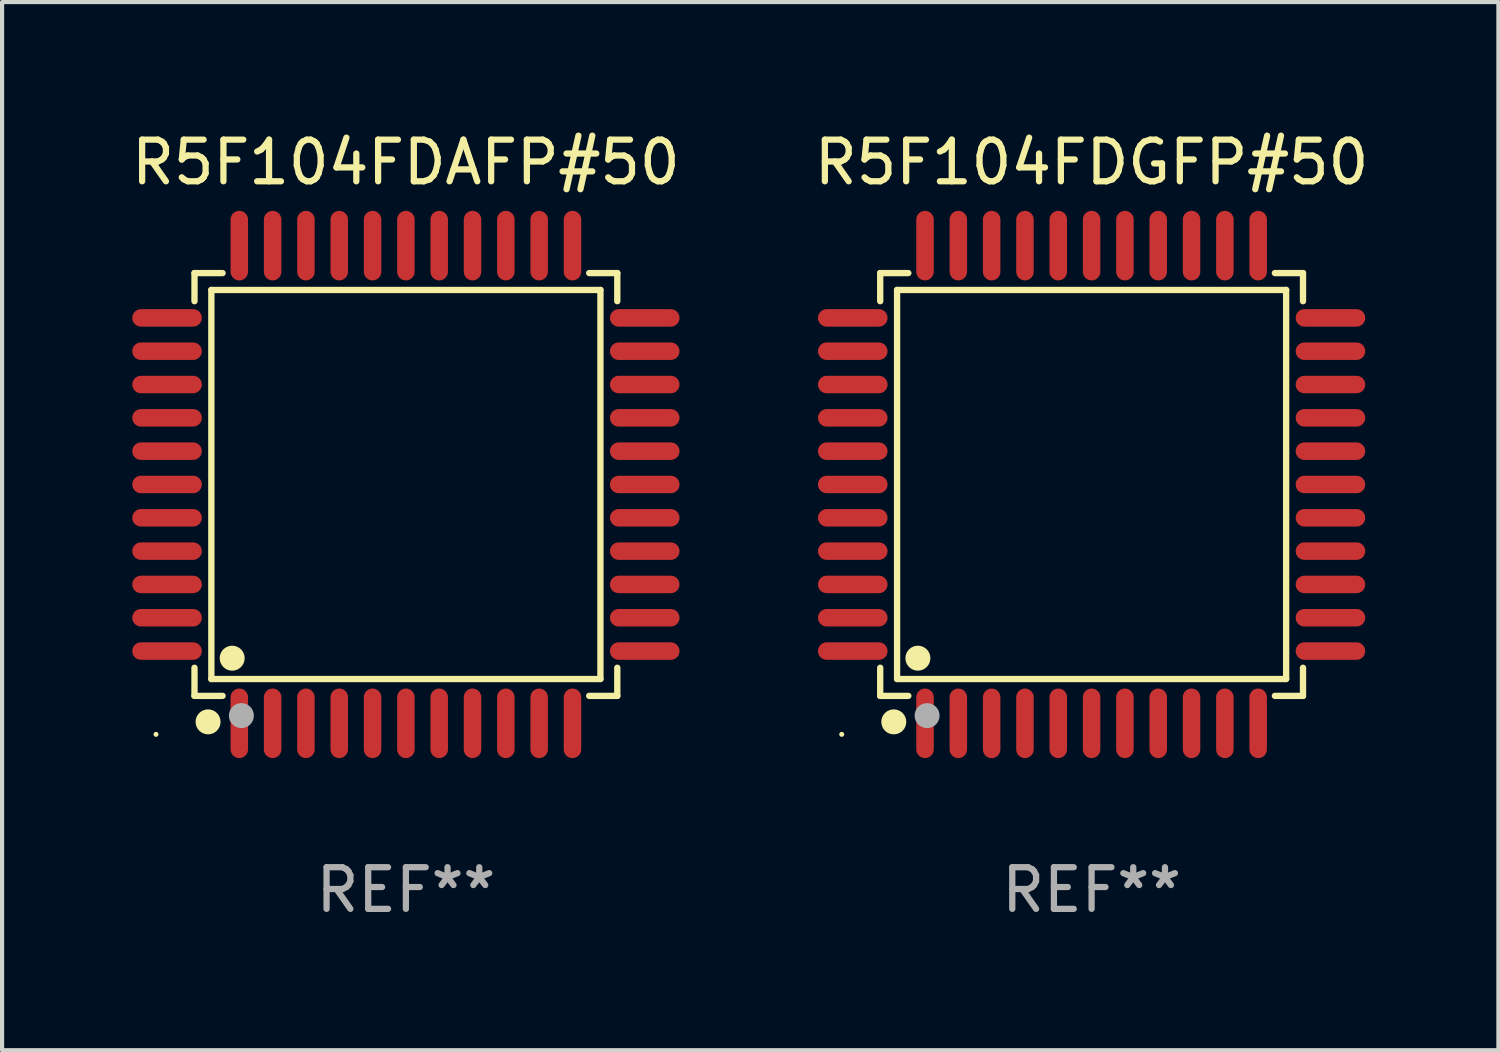
<source format=kicad_pcb>
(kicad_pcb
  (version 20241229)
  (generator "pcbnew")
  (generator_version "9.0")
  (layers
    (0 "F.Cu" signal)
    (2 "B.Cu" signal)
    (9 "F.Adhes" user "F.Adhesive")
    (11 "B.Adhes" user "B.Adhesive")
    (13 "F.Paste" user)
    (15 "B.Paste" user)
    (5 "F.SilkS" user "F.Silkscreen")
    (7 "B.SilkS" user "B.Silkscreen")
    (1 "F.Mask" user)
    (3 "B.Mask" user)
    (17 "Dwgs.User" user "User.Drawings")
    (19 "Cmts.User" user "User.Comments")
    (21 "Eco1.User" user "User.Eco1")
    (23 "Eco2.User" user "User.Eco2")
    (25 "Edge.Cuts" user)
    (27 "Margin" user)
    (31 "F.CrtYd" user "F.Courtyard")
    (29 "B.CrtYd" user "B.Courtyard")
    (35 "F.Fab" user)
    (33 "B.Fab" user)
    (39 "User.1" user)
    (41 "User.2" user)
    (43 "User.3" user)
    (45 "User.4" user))
  (footprint "R5F104FDGFP#50"
    (layer "F.Cu")
    (at 23.161 8.583)
    (property "Reference" "R5F104FDGFP#50" (at 0 -7.735 0) (layer "F.SilkS") (effects (font (size 1 1) (thickness 0.15))))
    (attr through_hole)
    (fp_line (start -5.076 -5.076) (end -4.401 -5.076) (stroke (width 0.152) (type solid)) (layer "F.SilkS"))
    (fp_line (start -5.076 -4.401) (end -5.076 -5.076) (stroke (width 0.152) (type solid)) (layer "F.SilkS"))
    (fp_line (start -5.076 4.401) (end -5.076 5.076) (stroke (width 0.152) (type solid)) (layer "F.SilkS"))
    (fp_line (start -5.076 5.076) (end -4.401 5.076) (stroke (width 0.152) (type solid)) (layer "F.SilkS"))
    (fp_line (start -4.671 -4.671) (end 4.671 -4.671) (stroke (width 0.152) (type solid)) (layer "F.SilkS"))
    (fp_line (start -4.671 4.671) (end -4.671 -4.671) (stroke (width 0.152) (type solid)) (layer "F.SilkS"))
    (fp_line (start 4.671 -4.671) (end 4.671 4.671) (stroke (width 0.152) (type solid)) (layer "F.SilkS"))
    (fp_line (start 4.671 4.671) (end -4.671 4.671) (stroke (width 0.152) (type solid)) (layer "F.SilkS"))
    (fp_line (start 5.076 -5.076) (end 4.401 -5.076) (stroke (width 0.152) (type solid)) (layer "F.SilkS"))
    (fp_line (start 5.076 -4.401) (end 5.076 -5.076) (stroke (width 0.152) (type solid)) (layer "F.SilkS"))
    (fp_line (start 5.076 4.401) (end 5.076 5.076) (stroke (width 0.152) (type solid)) (layer "F.SilkS"))
    (fp_line (start 5.076 5.076) (end 4.401 5.076) (stroke (width 0.152) (type solid)) (layer "F.SilkS"))
    (fp_circle (center -6 6) (end -5.97 6) (stroke (width 0.06) (type solid)) (fill no) (layer "F.SilkS"))
    (fp_circle (center -4.75 5.7) (end -4.6 5.7) (stroke (width 0.3) (type solid)) (fill no) (layer "F.SilkS"))
    (fp_circle (center -4.171 4.171) (end -4.021 4.171) (stroke (width 0.3) (type solid)) (fill no) (layer "F.SilkS"))
    (fp_circle (center -3.95 5.55) (end -3.8 5.55) (stroke (width 0.3) (type solid)) (fill no) (layer "F.Fab"))
    (fp_text user "REF**" (at 0 9.735 0) (layer "F.Fab") (effects (font (size 1 1) (thickness 0.15))))
    (pad "1" smd oval (at -4 5.735) (size 0.42 1.67) (layers "F.Cu" "F.Mask" "F.Paste"))
    (pad "2" smd oval (at -3.2 5.735) (size 0.42 1.67) (layers "F.Cu" "F.Mask" "F.Paste"))
    (pad "3" smd oval (at -2.4 5.735) (size 0.42 1.67) (layers "F.Cu" "F.Mask" "F.Paste"))
    (pad "4" smd oval (at -1.6 5.735) (size 0.42 1.67) (layers "F.Cu" "F.Mask" "F.Paste"))
    (pad "5" smd oval (at -0.8 5.735) (size 0.42 1.67) (layers "F.Cu" "F.Mask" "F.Paste"))
    (pad "6" smd oval (at 0 5.735) (size 0.42 1.67) (layers "F.Cu" "F.Mask" "F.Paste"))
    (pad "7" smd oval (at 0.8 5.735) (size 0.42 1.67) (layers "F.Cu" "F.Mask" "F.Paste"))
    (pad "8" smd oval (at 1.6 5.735) (size 0.42 1.67) (layers "F.Cu" "F.Mask" "F.Paste"))
    (pad "9" smd oval (at 2.4 5.735) (size 0.42 1.67) (layers "F.Cu" "F.Mask" "F.Paste"))
    (pad "10" smd oval (at 3.2 5.735) (size 0.42 1.67) (layers "F.Cu" "F.Mask" "F.Paste"))
    (pad "11" smd oval (at 4 5.735) (size 0.42 1.67) (layers "F.Cu" "F.Mask" "F.Paste"))
    (pad "12" smd oval (at 5.735 4) (size 1.67 0.42) (layers "F.Cu" "F.Mask" "F.Paste"))
    (pad "13" smd oval (at 5.735 3.2) (size 1.67 0.42) (layers "F.Cu" "F.Mask" "F.Paste"))
    (pad "14" smd oval (at 5.735 2.4) (size 1.67 0.42) (layers "F.Cu" "F.Mask" "F.Paste"))
    (pad "15" smd oval (at 5.735 1.6) (size 1.67 0.42) (layers "F.Cu" "F.Mask" "F.Paste"))
    (pad "16" smd oval (at 5.735 0.8) (size 1.67 0.42) (layers "F.Cu" "F.Mask" "F.Paste"))
    (pad "17" smd oval (at 5.735 0) (size 1.67 0.42) (layers "F.Cu" "F.Mask" "F.Paste"))
    (pad "18" smd oval (at 5.735 -0.8) (size 1.67 0.42) (layers "F.Cu" "F.Mask" "F.Paste"))
    (pad "19" smd oval (at 5.735 -1.6) (size 1.67 0.42) (layers "F.Cu" "F.Mask" "F.Paste"))
    (pad "20" smd oval (at 5.735 -2.4) (size 1.67 0.42) (layers "F.Cu" "F.Mask" "F.Paste"))
    (pad "21" smd oval (at 5.735 -3.2) (size 1.67 0.42) (layers "F.Cu" "F.Mask" "F.Paste"))
    (pad "22" smd oval (at 5.735 -4) (size 1.67 0.42) (layers "F.Cu" "F.Mask" "F.Paste"))
    (pad "23" smd oval (at 4 -5.735) (size 0.42 1.67) (layers "F.Cu" "F.Mask" "F.Paste"))
    (pad "24" smd oval (at 3.2 -5.735) (size 0.42 1.67) (layers "F.Cu" "F.Mask" "F.Paste"))
    (pad "25" smd oval (at 2.4 -5.735) (size 0.42 1.67) (layers "F.Cu" "F.Mask" "F.Paste"))
    (pad "26" smd oval (at 1.6 -5.735) (size 0.42 1.67) (layers "F.Cu" "F.Mask" "F.Paste"))
    (pad "27" smd oval (at 0.8 -5.735) (size 0.42 1.67) (layers "F.Cu" "F.Mask" "F.Paste"))
    (pad "28" smd oval (at 0 -5.735) (size 0.42 1.67) (layers "F.Cu" "F.Mask" "F.Paste"))
    (pad "29" smd oval (at -0.8 -5.735) (size 0.42 1.67) (layers "F.Cu" "F.Mask" "F.Paste"))
    (pad "30" smd oval (at -1.6 -5.735) (size 0.42 1.67) (layers "F.Cu" "F.Mask" "F.Paste"))
    (pad "31" smd oval (at -2.4 -5.735) (size 0.42 1.67) (layers "F.Cu" "F.Mask" "F.Paste"))
    (pad "32" smd oval (at -3.2 -5.735) (size 0.42 1.67) (layers "F.Cu" "F.Mask" "F.Paste"))
    (pad "33" smd oval (at -4 -5.735) (size 0.42 1.67) (layers "F.Cu" "F.Mask" "F.Paste"))
    (pad "34" smd oval (at -5.735 -4) (size 1.67 0.42) (layers "F.Cu" "F.Mask" "F.Paste"))
    (pad "35" smd oval (at -5.735 -3.2) (size 1.67 0.42) (layers "F.Cu" "F.Mask" "F.Paste"))
    (pad "36" smd oval (at -5.735 -2.4) (size 1.67 0.42) (layers "F.Cu" "F.Mask" "F.Paste"))
    (pad "37" smd oval (at -5.735 -1.6) (size 1.67 0.42) (layers "F.Cu" "F.Mask" "F.Paste"))
    (pad "38" smd oval (at -5.735 -0.8) (size 1.67 0.42) (layers "F.Cu" "F.Mask" "F.Paste"))
    (pad "39" smd oval (at -5.735 0) (size 1.67 0.42) (layers "F.Cu" "F.Mask" "F.Paste"))
    (pad "40" smd oval (at -5.735 0.8) (size 1.67 0.42) (layers "F.Cu" "F.Mask" "F.Paste"))
    (pad "41" smd oval (at -5.735 1.6) (size 1.67 0.42) (layers "F.Cu" "F.Mask" "F.Paste"))
    (pad "42" smd oval (at -5.735 2.4) (size 1.67 0.42) (layers "F.Cu" "F.Mask" "F.Paste"))
    (pad "43" smd oval (at -5.735 3.2) (size 1.67 0.42) (layers "F.Cu" "F.Mask" "F.Paste"))
    (pad "44" smd oval (at -5.735 4) (size 1.67 0.42) (layers "F.Cu" "F.Mask" "F.Paste")))
  (footprint "R5F104FDAFP#50"
    (layer "F.Cu")
    (at 6.696 8.583)
    (property "Reference" "R5F104FDAFP#50" (at 0 -7.735 0) (layer "F.SilkS") (effects (font (size 1 1) (thickness 0.15))))
    (attr through_hole)
    (fp_line (start -5.076 -5.076) (end -4.401 -5.076) (stroke (width 0.152) (type solid)) (layer "F.SilkS"))
    (fp_line (start -5.076 -4.401) (end -5.076 -5.076) (stroke (width 0.152) (type solid)) (layer "F.SilkS"))
    (fp_line (start -5.076 4.401) (end -5.076 5.076) (stroke (width 0.152) (type solid)) (layer "F.SilkS"))
    (fp_line (start -5.076 5.076) (end -4.401 5.076) (stroke (width 0.152) (type solid)) (layer "F.SilkS"))
    (fp_line (start -4.671 -4.671) (end 4.671 -4.671) (stroke (width 0.152) (type solid)) (layer "F.SilkS"))
    (fp_line (start -4.671 4.671) (end -4.671 -4.671) (stroke (width 0.152) (type solid)) (layer "F.SilkS"))
    (fp_line (start 4.671 -4.671) (end 4.671 4.671) (stroke (width 0.152) (type solid)) (layer "F.SilkS"))
    (fp_line (start 4.671 4.671) (end -4.671 4.671) (stroke (width 0.152) (type solid)) (layer "F.SilkS"))
    (fp_line (start 5.076 -5.076) (end 4.401 -5.076) (stroke (width 0.152) (type solid)) (layer "F.SilkS"))
    (fp_line (start 5.076 -4.401) (end 5.076 -5.076) (stroke (width 0.152) (type solid)) (layer "F.SilkS"))
    (fp_line (start 5.076 4.401) (end 5.076 5.076) (stroke (width 0.152) (type solid)) (layer "F.SilkS"))
    (fp_line (start 5.076 5.076) (end 4.401 5.076) (stroke (width 0.152) (type solid)) (layer "F.SilkS"))
    (fp_circle (center -6 6) (end -5.97 6) (stroke (width 0.06) (type solid)) (fill no) (layer "F.SilkS"))
    (fp_circle (center -4.75 5.7) (end -4.6 5.7) (stroke (width 0.3) (type solid)) (fill no) (layer "F.SilkS"))
    (fp_circle (center -4.171 4.171) (end -4.021 4.171) (stroke (width 0.3) (type solid)) (fill no) (layer "F.SilkS"))
    (fp_circle (center -3.95 5.55) (end -3.8 5.55) (stroke (width 0.3) (type solid)) (fill no) (layer "F.Fab"))
    (fp_text user "REF**" (at 0 9.735 0) (layer "F.Fab") (effects (font (size 1 1) (thickness 0.15))))
    (pad "1" smd oval (at -4 5.735) (size 0.42 1.67) (layers "F.Cu" "F.Mask" "F.Paste"))
    (pad "2" smd oval (at -3.2 5.735) (size 0.42 1.67) (layers "F.Cu" "F.Mask" "F.Paste"))
    (pad "3" smd oval (at -2.4 5.735) (size 0.42 1.67) (layers "F.Cu" "F.Mask" "F.Paste"))
    (pad "4" smd oval (at -1.6 5.735) (size 0.42 1.67) (layers "F.Cu" "F.Mask" "F.Paste"))
    (pad "5" smd oval (at -0.8 5.735) (size 0.42 1.67) (layers "F.Cu" "F.Mask" "F.Paste"))
    (pad "6" smd oval (at 0 5.735) (size 0.42 1.67) (layers "F.Cu" "F.Mask" "F.Paste"))
    (pad "7" smd oval (at 0.8 5.735) (size 0.42 1.67) (layers "F.Cu" "F.Mask" "F.Paste"))
    (pad "8" smd oval (at 1.6 5.735) (size 0.42 1.67) (layers "F.Cu" "F.Mask" "F.Paste"))
    (pad "9" smd oval (at 2.4 5.735) (size 0.42 1.67) (layers "F.Cu" "F.Mask" "F.Paste"))
    (pad "10" smd oval (at 3.2 5.735) (size 0.42 1.67) (layers "F.Cu" "F.Mask" "F.Paste"))
    (pad "11" smd oval (at 4 5.735) (size 0.42 1.67) (layers "F.Cu" "F.Mask" "F.Paste"))
    (pad "12" smd oval (at 5.735 4) (size 1.67 0.42) (layers "F.Cu" "F.Mask" "F.Paste"))
    (pad "13" smd oval (at 5.735 3.2) (size 1.67 0.42) (layers "F.Cu" "F.Mask" "F.Paste"))
    (pad "14" smd oval (at 5.735 2.4) (size 1.67 0.42) (layers "F.Cu" "F.Mask" "F.Paste"))
    (pad "15" smd oval (at 5.735 1.6) (size 1.67 0.42) (layers "F.Cu" "F.Mask" "F.Paste"))
    (pad "16" smd oval (at 5.735 0.8) (size 1.67 0.42) (layers "F.Cu" "F.Mask" "F.Paste"))
    (pad "17" smd oval (at 5.735 0) (size 1.67 0.42) (layers "F.Cu" "F.Mask" "F.Paste"))
    (pad "18" smd oval (at 5.735 -0.8) (size 1.67 0.42) (layers "F.Cu" "F.Mask" "F.Paste"))
    (pad "19" smd oval (at 5.735 -1.6) (size 1.67 0.42) (layers "F.Cu" "F.Mask" "F.Paste"))
    (pad "20" smd oval (at 5.735 -2.4) (size 1.67 0.42) (layers "F.Cu" "F.Mask" "F.Paste"))
    (pad "21" smd oval (at 5.735 -3.2) (size 1.67 0.42) (layers "F.Cu" "F.Mask" "F.Paste"))
    (pad "22" smd oval (at 5.735 -4) (size 1.67 0.42) (layers "F.Cu" "F.Mask" "F.Paste"))
    (pad "23" smd oval (at 4 -5.735) (size 0.42 1.67) (layers "F.Cu" "F.Mask" "F.Paste"))
    (pad "24" smd oval (at 3.2 -5.735) (size 0.42 1.67) (layers "F.Cu" "F.Mask" "F.Paste"))
    (pad "25" smd oval (at 2.4 -5.735) (size 0.42 1.67) (layers "F.Cu" "F.Mask" "F.Paste"))
    (pad "26" smd oval (at 1.6 -5.735) (size 0.42 1.67) (layers "F.Cu" "F.Mask" "F.Paste"))
    (pad "27" smd oval (at 0.8 -5.735) (size 0.42 1.67) (layers "F.Cu" "F.Mask" "F.Paste"))
    (pad "28" smd oval (at 0 -5.735) (size 0.42 1.67) (layers "F.Cu" "F.Mask" "F.Paste"))
    (pad "29" smd oval (at -0.8 -5.735) (size 0.42 1.67) (layers "F.Cu" "F.Mask" "F.Paste"))
    (pad "30" smd oval (at -1.6 -5.735) (size 0.42 1.67) (layers "F.Cu" "F.Mask" "F.Paste"))
    (pad "31" smd oval (at -2.4 -5.735) (size 0.42 1.67) (layers "F.Cu" "F.Mask" "F.Paste"))
    (pad "32" smd oval (at -3.2 -5.735) (size 0.42 1.67) (layers "F.Cu" "F.Mask" "F.Paste"))
    (pad "33" smd oval (at -4 -5.735) (size 0.42 1.67) (layers "F.Cu" "F.Mask" "F.Paste"))
    (pad "34" smd oval (at -5.735 -4) (size 1.67 0.42) (layers "F.Cu" "F.Mask" "F.Paste"))
    (pad "35" smd oval (at -5.735 -3.2) (size 1.67 0.42) (layers "F.Cu" "F.Mask" "F.Paste"))
    (pad "36" smd oval (at -5.735 -2.4) (size 1.67 0.42) (layers "F.Cu" "F.Mask" "F.Paste"))
    (pad "37" smd oval (at -5.735 -1.6) (size 1.67 0.42) (layers "F.Cu" "F.Mask" "F.Paste"))
    (pad "38" smd oval (at -5.735 -0.8) (size 1.67 0.42) (layers "F.Cu" "F.Mask" "F.Paste"))
    (pad "39" smd oval (at -5.735 0) (size 1.67 0.42) (layers "F.Cu" "F.Mask" "F.Paste"))
    (pad "40" smd oval (at -5.735 0.8) (size 1.67 0.42) (layers "F.Cu" "F.Mask" "F.Paste"))
    (pad "41" smd oval (at -5.735 1.6) (size 1.67 0.42) (layers "F.Cu" "F.Mask" "F.Paste"))
    (pad "42" smd oval (at -5.735 2.4) (size 1.67 0.42) (layers "F.Cu" "F.Mask" "F.Paste"))
    (pad "43" smd oval (at -5.735 3.2) (size 1.67 0.42) (layers "F.Cu" "F.Mask" "F.Paste"))
    (pad "44" smd oval (at -5.735 4) (size 1.67 0.42) (layers "F.Cu" "F.Mask" "F.Paste")))
  (gr_rect
    (start -3 -3)
    (end 32.929 22.167)
    (stroke (width 0.1) (type default))
    (fill no)
    (layer "Edge.Cuts")))
</source>
